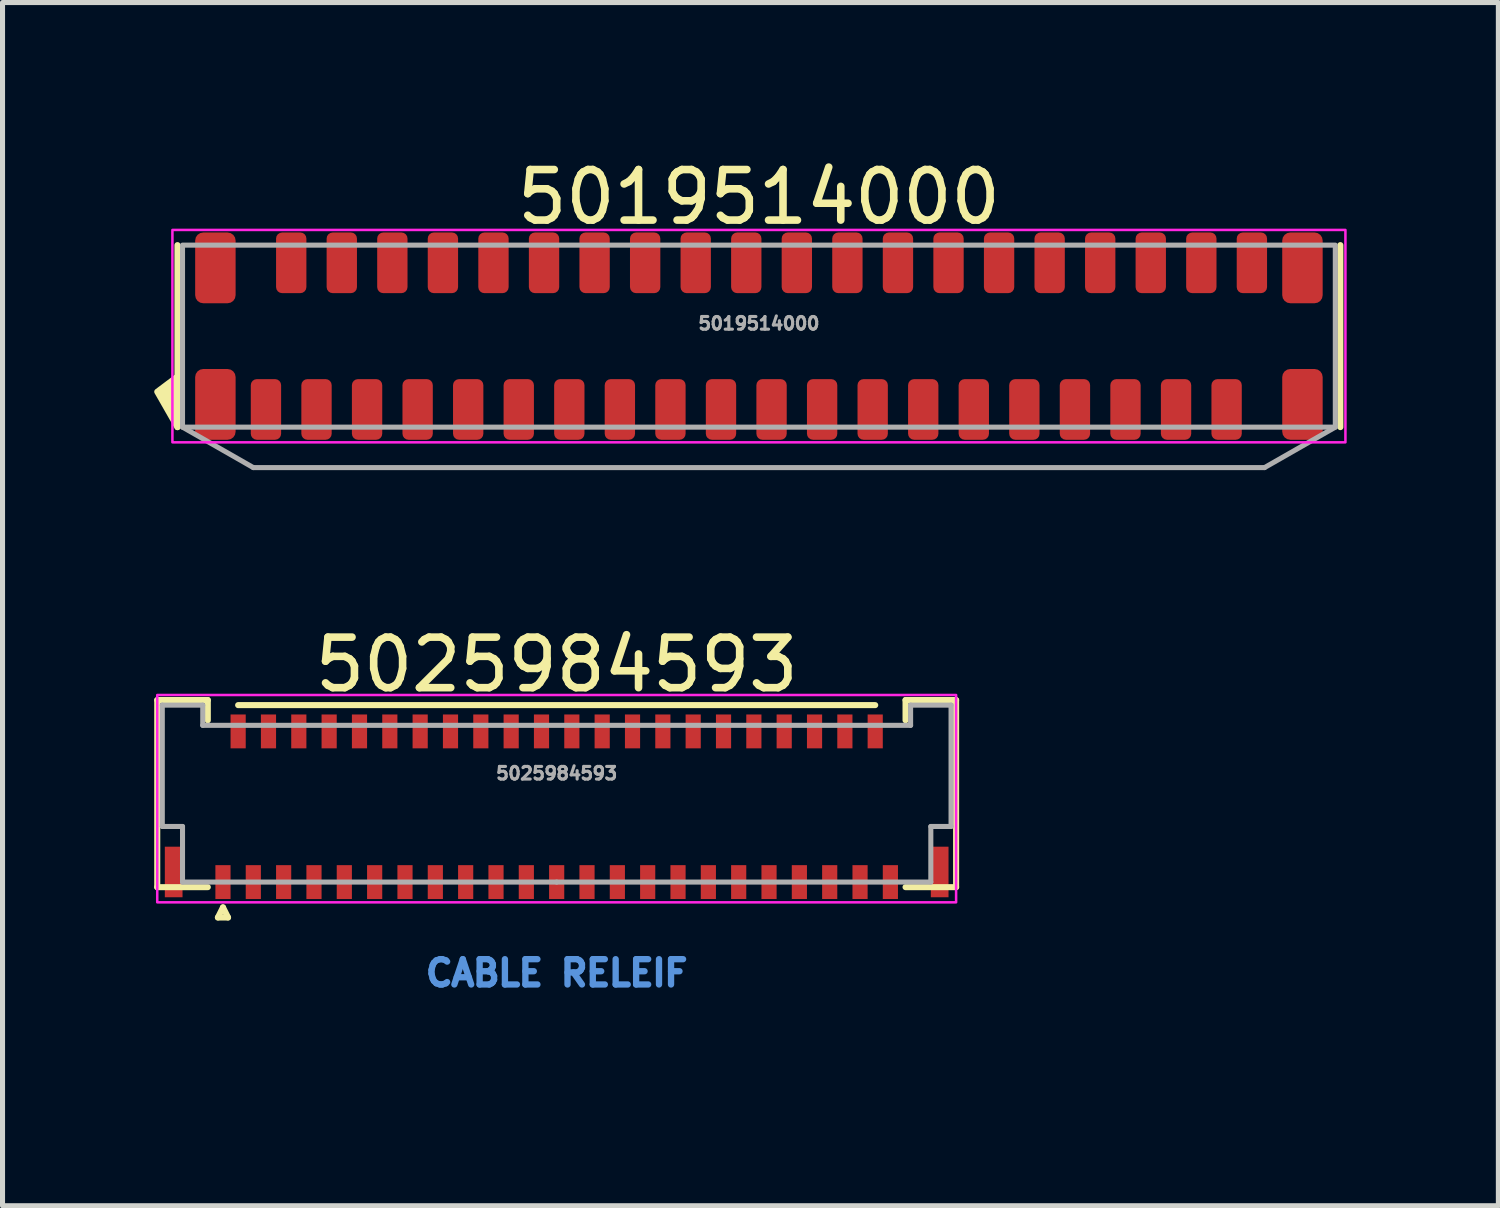
<source format=kicad_pcb>
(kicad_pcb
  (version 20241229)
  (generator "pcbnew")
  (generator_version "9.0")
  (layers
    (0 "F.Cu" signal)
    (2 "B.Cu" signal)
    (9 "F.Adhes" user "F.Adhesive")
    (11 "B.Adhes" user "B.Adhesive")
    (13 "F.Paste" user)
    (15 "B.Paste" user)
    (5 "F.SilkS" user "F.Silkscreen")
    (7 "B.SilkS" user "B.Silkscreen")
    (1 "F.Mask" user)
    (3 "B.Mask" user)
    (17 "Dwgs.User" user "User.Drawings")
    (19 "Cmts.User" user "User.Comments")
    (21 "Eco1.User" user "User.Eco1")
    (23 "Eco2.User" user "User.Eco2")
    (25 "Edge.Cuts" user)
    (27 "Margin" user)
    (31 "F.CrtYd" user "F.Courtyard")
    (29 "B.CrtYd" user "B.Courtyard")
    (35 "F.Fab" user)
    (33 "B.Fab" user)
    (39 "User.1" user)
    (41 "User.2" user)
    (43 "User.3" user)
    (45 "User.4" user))
  (footprint "5019514000"
    (layer "F.Cu")
    (at 11.96 3.598)
    (property "Reference" "5019514000" (at 0 -2.75 0) (unlocked yes) (layer "F.SilkS") (effects (font (size 1 1) (thickness 0.15))))
    (attr smd)
    (fp_line (start -11.5 -1.8) (end -11.5 1.8) (stroke (width 0.12) (type default)) (layer "F.SilkS"))
    (fp_line (start 11.5 -1.8) (end 11.5 1.8) (stroke (width 0.12) (type default)) (layer "F.SilkS"))
    (fp_poly (pts (xy -11.5 1.8) (xy -11.9 1.1) (xy -11.5 0.8)) (stroke (width 0.12) (type solid)) (fill yes) (layer "F.SilkS"))
    (fp_rect (start -11.6 -2.1) (end 11.6 2.1) (stroke (width 0.05) (type default)) (fill no) (layer "F.CrtYd"))
    (fp_line (start -11.4 1.8) (end -10 2.6) (stroke (width 0.1) (type default)) (layer "F.Fab"))
    (fp_line (start -10 2.6) (end 10 2.6) (stroke (width 0.1) (type default)) (layer "F.Fab"))
    (fp_line (start 10 2.6) (end 11.4 1.8) (stroke (width 0.1) (type default)) (layer "F.Fab"))
    (fp_rect (start -11.4 1.8) (end 11.4 -1.8) (stroke (width 0.1) (type default)) (fill no) (layer "F.Fab"))
    (fp_text user "${REFERENCE}" (at 0 -0.25 0) (unlocked yes) (layer "F.Fab") (effects (font (size 0.25 0.25) (thickness 0.062))))
    (pad "1" smd roundrect (at -9.75 1.45) (size 0.6 1.2) (layers "F.Cu" "F.Mask" "F.Paste") (roundrect_rratio 0.2))
    (pad "2" smd roundrect (at -9.25 -1.45) (size 0.6 1.2) (layers "F.Cu" "F.Mask" "F.Paste") (roundrect_rratio 0.2))
    (pad "3" smd roundrect (at -8.75 1.45) (size 0.6 1.2) (layers "F.Cu" "F.Mask" "F.Paste") (roundrect_rratio 0.2))
    (pad "4" smd roundrect (at -8.25 -1.45) (size 0.6 1.2) (layers "F.Cu" "F.Mask" "F.Paste") (roundrect_rratio 0.2))
    (pad "5" smd roundrect (at -7.75 1.45) (size 0.6 1.2) (layers "F.Cu" "F.Mask" "F.Paste") (roundrect_rratio 0.2))
    (pad "6" smd roundrect (at -7.25 -1.45) (size 0.6 1.2) (layers "F.Cu" "F.Mask" "F.Paste") (roundrect_rratio 0.2))
    (pad "7" smd roundrect (at -6.75 1.45) (size 0.6 1.2) (layers "F.Cu" "F.Mask" "F.Paste") (roundrect_rratio 0.2))
    (pad "8" smd roundrect (at -6.25 -1.45) (size 0.6 1.2) (layers "F.Cu" "F.Mask" "F.Paste") (roundrect_rratio 0.2))
    (pad "9" smd roundrect (at -5.75 1.45) (size 0.6 1.2) (layers "F.Cu" "F.Mask" "F.Paste") (roundrect_rratio 0.2))
    (pad "10" smd roundrect (at -5.25 -1.45) (size 0.6 1.2) (layers "F.Cu" "F.Mask" "F.Paste") (roundrect_rratio 0.2))
    (pad "11" smd roundrect (at -4.75 1.45) (size 0.6 1.2) (layers "F.Cu" "F.Mask" "F.Paste") (roundrect_rratio 0.2))
    (pad "12" smd roundrect (at -4.25 -1.45) (size 0.6 1.2) (layers "F.Cu" "F.Mask" "F.Paste") (roundrect_rratio 0.2))
    (pad "13" smd roundrect (at -3.75 1.45) (size 0.6 1.2) (layers "F.Cu" "F.Mask" "F.Paste") (roundrect_rratio 0.2))
    (pad "14" smd roundrect (at -3.25 -1.45) (size 0.6 1.2) (layers "F.Cu" "F.Mask" "F.Paste") (roundrect_rratio 0.2))
    (pad "15" smd roundrect (at -2.75 1.45) (size 0.6 1.2) (layers "F.Cu" "F.Mask" "F.Paste") (roundrect_rratio 0.2))
    (pad "16" smd roundrect (at -2.25 -1.45) (size 0.6 1.2) (layers "F.Cu" "F.Mask" "F.Paste") (roundrect_rratio 0.2))
    (pad "17" smd roundrect (at -1.75 1.45) (size 0.6 1.2) (layers "F.Cu" "F.Mask" "F.Paste") (roundrect_rratio 0.2))
    (pad "18" smd roundrect (at -1.25 -1.45) (size 0.6 1.2) (layers "F.Cu" "F.Mask" "F.Paste") (roundrect_rratio 0.2))
    (pad "19" smd roundrect (at -0.75 1.45) (size 0.6 1.2) (layers "F.Cu" "F.Mask" "F.Paste") (roundrect_rratio 0.2))
    (pad "20" smd roundrect (at -0.25 -1.45) (size 0.6 1.2) (layers "F.Cu" "F.Mask" "F.Paste") (roundrect_rratio 0.2))
    (pad "21" smd roundrect (at 0.25 1.45) (size 0.6 1.2) (layers "F.Cu" "F.Mask" "F.Paste") (roundrect_rratio 0.2))
    (pad "22" smd roundrect (at 0.75 -1.45) (size 0.6 1.2) (layers "F.Cu" "F.Mask" "F.Paste") (roundrect_rratio 0.2))
    (pad "23" smd roundrect (at 1.25 1.45) (size 0.6 1.2) (layers "F.Cu" "F.Mask" "F.Paste") (roundrect_rratio 0.2))
    (pad "24" smd roundrect (at 1.75 -1.45) (size 0.6 1.2) (layers "F.Cu" "F.Mask" "F.Paste") (roundrect_rratio 0.2))
    (pad "25" smd roundrect (at 2.25 1.45) (size 0.6 1.2) (layers "F.Cu" "F.Mask" "F.Paste") (roundrect_rratio 0.2))
    (pad "26" smd roundrect (at 2.75 -1.45) (size 0.6 1.2) (layers "F.Cu" "F.Mask" "F.Paste") (roundrect_rratio 0.2))
    (pad "27" smd roundrect (at 3.25 1.45) (size 0.6 1.2) (layers "F.Cu" "F.Mask" "F.Paste") (roundrect_rratio 0.2))
    (pad "28" smd roundrect (at 3.75 -1.45) (size 0.6 1.2) (layers "F.Cu" "F.Mask" "F.Paste") (roundrect_rratio 0.2))
    (pad "29" smd roundrect (at 4.25 1.45) (size 0.6 1.2) (layers "F.Cu" "F.Mask" "F.Paste") (roundrect_rratio 0.2))
    (pad "30" smd roundrect (at 4.75 -1.45) (size 0.6 1.2) (layers "F.Cu" "F.Mask" "F.Paste") (roundrect_rratio 0.2))
    (pad "31" smd roundrect (at 5.25 1.45) (size 0.6 1.2) (layers "F.Cu" "F.Mask" "F.Paste") (roundrect_rratio 0.2))
    (pad "32" smd roundrect (at 5.75 -1.45) (size 0.6 1.2) (layers "F.Cu" "F.Mask" "F.Paste") (roundrect_rratio 0.2))
    (pad "33" smd roundrect (at 6.25 1.45) (size 0.6 1.2) (layers "F.Cu" "F.Mask" "F.Paste") (roundrect_rratio 0.2))
    (pad "34" smd roundrect (at 6.75 -1.45) (size 0.6 1.2) (layers "F.Cu" "F.Mask" "F.Paste") (roundrect_rratio 0.2))
    (pad "35" smd roundrect (at 7.25 1.45) (size 0.6 1.2) (layers "F.Cu" "F.Mask" "F.Paste") (roundrect_rratio 0.2))
    (pad "36" smd roundrect (at 7.75 -1.45) (size 0.6 1.2) (layers "F.Cu" "F.Mask" "F.Paste") (roundrect_rratio 0.2))
    (pad "37" smd roundrect (at 8.25 1.45) (size 0.6 1.2) (layers "F.Cu" "F.Mask" "F.Paste") (roundrect_rratio 0.2))
    (pad "38" smd roundrect (at 8.75 -1.45) (size 0.6 1.2) (layers "F.Cu" "F.Mask" "F.Paste") (roundrect_rratio 0.2))
    (pad "39" smd roundrect (at 9.25 1.45) (size 0.6 1.2) (layers "F.Cu" "F.Mask" "F.Paste") (roundrect_rratio 0.2))
    (pad "40" smd roundrect (at 9.75 -1.45) (size 0.6 1.2) (layers "F.Cu" "F.Mask" "F.Paste") (roundrect_rratio 0.2))
    (pad "MP" smd roundrect (at -10.75 -1.35) (size 0.8 1.4) (layers "F.Cu" "F.Mask" "F.Paste") (roundrect_rratio 0.2))
    (pad "MP" smd roundrect (at -10.75 1.35) (size 0.8 1.4) (layers "F.Cu" "F.Mask" "F.Paste") (roundrect_rratio 0.2))
    (pad "MP" smd roundrect (at 10.75 -1.35) (size 0.8 1.4) (layers "F.Cu" "F.Mask" "F.Paste") (roundrect_rratio 0.2))
    (pad "MP" smd roundrect (at 10.75 1.35) (size 0.8 1.4) (layers "F.Cu" "F.Mask" "F.Paste") (roundrect_rratio 0.2)))
  (footprint "5025984593"
    (layer "F.Cu")
    (at 7.96 14.396)
    (property "Reference" "5025984593" (at 0 -4.3 0) (unlocked yes) (layer "F.SilkS") (effects (font (size 1 1) (thickness 0.15))))
    (attr smd)
    (fp_line (start -7.9 -3.6) (end -6.9 -3.6) (stroke (width 0.12) (type solid)) (layer "F.SilkS"))
    (fp_line (start -7.9 0.1) (end -7.9 -3.6) (stroke (width 0.12) (type solid)) (layer "F.SilkS"))
    (fp_line (start -6.9 -3.6) (end -6.9 -3.2) (stroke (width 0.12) (type solid)) (layer "F.SilkS"))
    (fp_line (start -6.9 0.1) (end -7.9 0.1) (stroke (width 0.12) (type solid)) (layer "F.SilkS"))
    (fp_line (start -6.7 0.7) (end -6.6 0.5) (stroke (width 0.12) (type solid)) (layer "F.SilkS"))
    (fp_line (start -6.6 0.5) (end -6.5 0.7) (stroke (width 0.12) (type solid)) (layer "F.SilkS"))
    (fp_line (start -6.5 0.7) (end -6.7 0.7) (stroke (width 0.12) (type solid)) (layer "F.SilkS"))
    (fp_line (start -6.3 -3.5) (end 6.3 -3.5) (stroke (width 0.12) (type solid)) (layer "F.SilkS"))
    (fp_line (start 6.9 -3.6) (end 6.9 -3.2) (stroke (width 0.12) (type solid)) (layer "F.SilkS"))
    (fp_line (start 6.9 0.1) (end 7.9 0.1) (stroke (width 0.12) (type solid)) (layer "F.SilkS"))
    (fp_line (start 7.9 -3.6) (end 6.9 -3.6) (stroke (width 0.12) (type solid)) (layer "F.SilkS"))
    (fp_line (start 7.9 0.1) (end 7.9 -3.6) (stroke (width 0.12) (type solid)) (layer "F.SilkS"))
    (fp_rect (start -7.9 -3.7) (end 7.9 0.4) (stroke (width 0.05) (type solid)) (fill no) (layer "F.CrtYd"))
    (fp_line (start -7.8 -3.5) (end -7.8 -1.1) (stroke (width 0.1) (type solid)) (layer "F.Fab"))
    (fp_line (start -7.8 -1.1) (end -7.4 -1.1) (stroke (width 0.1) (type solid)) (layer "F.Fab"))
    (fp_line (start -7.4 -1.1) (end -7.4 0) (stroke (width 0.1) (type solid)) (layer "F.Fab"))
    (fp_line (start -7.4 0) (end 0 0) (stroke (width 0.1) (type solid)) (layer "F.Fab"))
    (fp_line (start -7 -3.5) (end -7.8 -3.5) (stroke (width 0.1) (type solid)) (layer "F.Fab"))
    (fp_line (start -7 -3.1) (end -7 -3.5) (stroke (width 0.1) (type solid)) (layer "F.Fab"))
    (fp_line (start 0 0) (end 7.4 0) (stroke (width 0.1) (type solid)) (layer "F.Fab"))
    (fp_line (start 7 -3.5) (end 7 -3.1) (stroke (width 0.1) (type solid)) (layer "F.Fab"))
    (fp_line (start 7 -3.1) (end -7 -3.1) (stroke (width 0.1) (type solid)) (layer "F.Fab"))
    (fp_line (start 7.4 -1.1) (end 7.8 -1.1) (stroke (width 0.1) (type solid)) (layer "F.Fab"))
    (fp_line (start 7.4 0) (end 7.4 -1.1) (stroke (width 0.1) (type solid)) (layer "F.Fab"))
    (fp_line (start 7.8 -3.5) (end 7 -3.5) (stroke (width 0.1) (type solid)) (layer "F.Fab"))
    (fp_line (start 7.8 -1.1) (end 7.8 -3.5) (stroke (width 0.1) (type solid)) (layer "F.Fab"))
    (fp_text user "CABLE RELEIF" (at 0 1.8 0) (unlocked yes) (layer "Cmts.User") (effects (font (size 0.5 0.5) (thickness 0.125))))
    (fp_text user "${REFERENCE}" (at 0 -2.15 0) (unlocked yes) (layer "F.Fab") (effects (font (size 0.25 0.25) (thickness 0.062))))
    (pad "1" smd rect (at -6.6 0) (size 0.3 0.67) (layers "F.Cu" "F.Mask" "F.Paste"))
    (pad "2" smd rect (at -6.3 -2.98) (size 0.3 0.67) (layers "F.Cu" "F.Mask" "F.Paste"))
    (pad "3" smd rect (at -6 0) (size 0.3 0.67) (layers "F.Cu" "F.Mask" "F.Paste"))
    (pad "4" smd rect (at -5.7 -2.98) (size 0.3 0.67) (layers "F.Cu" "F.Mask" "F.Paste"))
    (pad "5" smd rect (at -5.4 0) (size 0.3 0.67) (layers "F.Cu" "F.Mask" "F.Paste"))
    (pad "6" smd rect (at -5.1 -2.98) (size 0.3 0.67) (layers "F.Cu" "F.Mask" "F.Paste"))
    (pad "7" smd rect (at -4.8 0) (size 0.3 0.67) (layers "F.Cu" "F.Mask" "F.Paste"))
    (pad "8" smd rect (at -4.5 -2.98) (size 0.3 0.67) (layers "F.Cu" "F.Mask" "F.Paste"))
    (pad "9" smd rect (at -4.2 0) (size 0.3 0.67) (layers "F.Cu" "F.Mask" "F.Paste"))
    (pad "10" smd rect (at -3.9 -2.98) (size 0.3 0.67) (layers "F.Cu" "F.Mask" "F.Paste"))
    (pad "11" smd rect (at -3.6 0) (size 0.3 0.67) (layers "F.Cu" "F.Mask" "F.Paste"))
    (pad "12" smd rect (at -3.3 -2.98) (size 0.3 0.67) (layers "F.Cu" "F.Mask" "F.Paste"))
    (pad "13" smd rect (at -3 0) (size 0.3 0.67) (layers "F.Cu" "F.Mask" "F.Paste"))
    (pad "14" smd rect (at -2.7 -2.98) (size 0.3 0.67) (layers "F.Cu" "F.Mask" "F.Paste"))
    (pad "15" smd rect (at -2.4 0) (size 0.3 0.67) (layers "F.Cu" "F.Mask" "F.Paste"))
    (pad "16" smd rect (at -2.1 -2.98) (size 0.3 0.67) (layers "F.Cu" "F.Mask" "F.Paste"))
    (pad "17" smd rect (at -1.8 0) (size 0.3 0.67) (layers "F.Cu" "F.Mask" "F.Paste"))
    (pad "18" smd rect (at -1.5 -2.98) (size 0.3 0.67) (layers "F.Cu" "F.Mask" "F.Paste"))
    (pad "19" smd rect (at -1.2 0) (size 0.3 0.67) (layers "F.Cu" "F.Mask" "F.Paste"))
    (pad "20" smd rect (at -0.9 -2.98) (size 0.3 0.67) (layers "F.Cu" "F.Mask" "F.Paste"))
    (pad "21" smd rect (at -0.6 0) (size 0.3 0.67) (layers "F.Cu" "F.Mask" "F.Paste"))
    (pad "22" smd rect (at -0.3 -2.98) (size 0.3 0.67) (layers "F.Cu" "F.Mask" "F.Paste"))
    (pad "23" smd rect (at 0 0) (size 0.3 0.67) (layers "F.Cu" "F.Mask" "F.Paste"))
    (pad "24" smd rect (at 0.3 -2.98) (size 0.3 0.67) (layers "F.Cu" "F.Mask" "F.Paste"))
    (pad "25" smd rect (at 0.6 0) (size 0.3 0.67) (layers "F.Cu" "F.Mask" "F.Paste"))
    (pad "26" smd rect (at 0.9 -2.98) (size 0.3 0.67) (layers "F.Cu" "F.Mask" "F.Paste"))
    (pad "27" smd rect (at 1.2 0) (size 0.3 0.67) (layers "F.Cu" "F.Mask" "F.Paste"))
    (pad "28" smd rect (at 1.5 -2.98) (size 0.3 0.67) (layers "F.Cu" "F.Mask" "F.Paste"))
    (pad "29" smd rect (at 1.8 0) (size 0.3 0.67) (layers "F.Cu" "F.Mask" "F.Paste"))
    (pad "30" smd rect (at 2.1 -2.98) (size 0.3 0.67) (layers "F.Cu" "F.Mask" "F.Paste"))
    (pad "31" smd rect (at 2.4 0) (size 0.3 0.67) (layers "F.Cu" "F.Mask" "F.Paste"))
    (pad "32" smd rect (at 2.7 -2.98) (size 0.3 0.67) (layers "F.Cu" "F.Mask" "F.Paste"))
    (pad "33" smd rect (at 3 0) (size 0.3 0.67) (layers "F.Cu" "F.Mask" "F.Paste"))
    (pad "34" smd rect (at 3.3 -2.98) (size 0.3 0.67) (layers "F.Cu" "F.Mask" "F.Paste"))
    (pad "35" smd rect (at 3.6 0) (size 0.3 0.67) (layers "F.Cu" "F.Mask" "F.Paste"))
    (pad "36" smd rect (at 3.9 -2.98) (size 0.3 0.67) (layers "F.Cu" "F.Mask" "F.Paste"))
    (pad "37" smd rect (at 4.2 0) (size 0.3 0.67) (layers "F.Cu" "F.Mask" "F.Paste"))
    (pad "38" smd rect (at 4.5 -2.98) (size 0.3 0.67) (layers "F.Cu" "F.Mask" "F.Paste"))
    (pad "39" smd rect (at 4.8 0) (size 0.3 0.67) (layers "F.Cu" "F.Mask" "F.Paste"))
    (pad "40" smd rect (at 5.1 -2.98) (size 0.3 0.67) (layers "F.Cu" "F.Mask" "F.Paste"))
    (pad "41" smd rect (at 5.4 0) (size 0.3 0.67) (layers "F.Cu" "F.Mask" "F.Paste"))
    (pad "42" smd rect (at 5.7 -2.98) (size 0.3 0.67) (layers "F.Cu" "F.Mask" "F.Paste"))
    (pad "43" smd rect (at 6 0) (size 0.3 0.67) (layers "F.Cu" "F.Mask" "F.Paste"))
    (pad "44" smd rect (at 6.3 -2.98) (size 0.3 0.67) (layers "F.Cu" "F.Mask" "F.Paste"))
    (pad "45" smd rect (at 6.6 0) (size 0.3 0.67) (layers "F.Cu" "F.Mask" "F.Paste"))
    (pad "M" smd rect (at -7.575 -0.2) (size 0.35 1) (layers "F.Cu" "F.Mask" "F.Paste"))
    (pad "M" smd rect (at 7.575 -0.2) (size 0.35 1) (layers "F.Cu" "F.Mask" "F.Paste"))
    (zone (net_name "") (layer "F.Cu") (name "CABLE RELIEF") (hatch edge 0.508) (connect_pads) (min_thickness 0.254) (filled_areas_thickness no) (keepout (tracks allowed) (vias allowed) (pads allowed) (copperpour allowed) (footprints not_allowed)) (placement (enabled no)) (fill) (polygon (pts (xy 15.06 17.797) (xy 0.86 17.797) (xy 0.86 14.796) (xy 15.06 14.796))))
    (zone (net_name "") (layer "F.Cu") (hatch edge 0.508) (connect_pads) (min_thickness 0.254) (filled_areas_thickness no) (keepout (tracks allowed) (vias allowed) (pads allowed) (copperpour not_allowed) (footprints allowed)) (placement (enabled no)) (fill) (polygon (pts (xy 15.36 14.396) (xy 0.56 14.396) (xy 0.56 11.396) (xy 15.36 11.396)))))
  (gr_rect
    (start -3 -3)
    (end 26.585 20.797)
    (stroke (width 0.1) (type default))
    (fill no)
    (layer "Edge.Cuts")))
</source>
